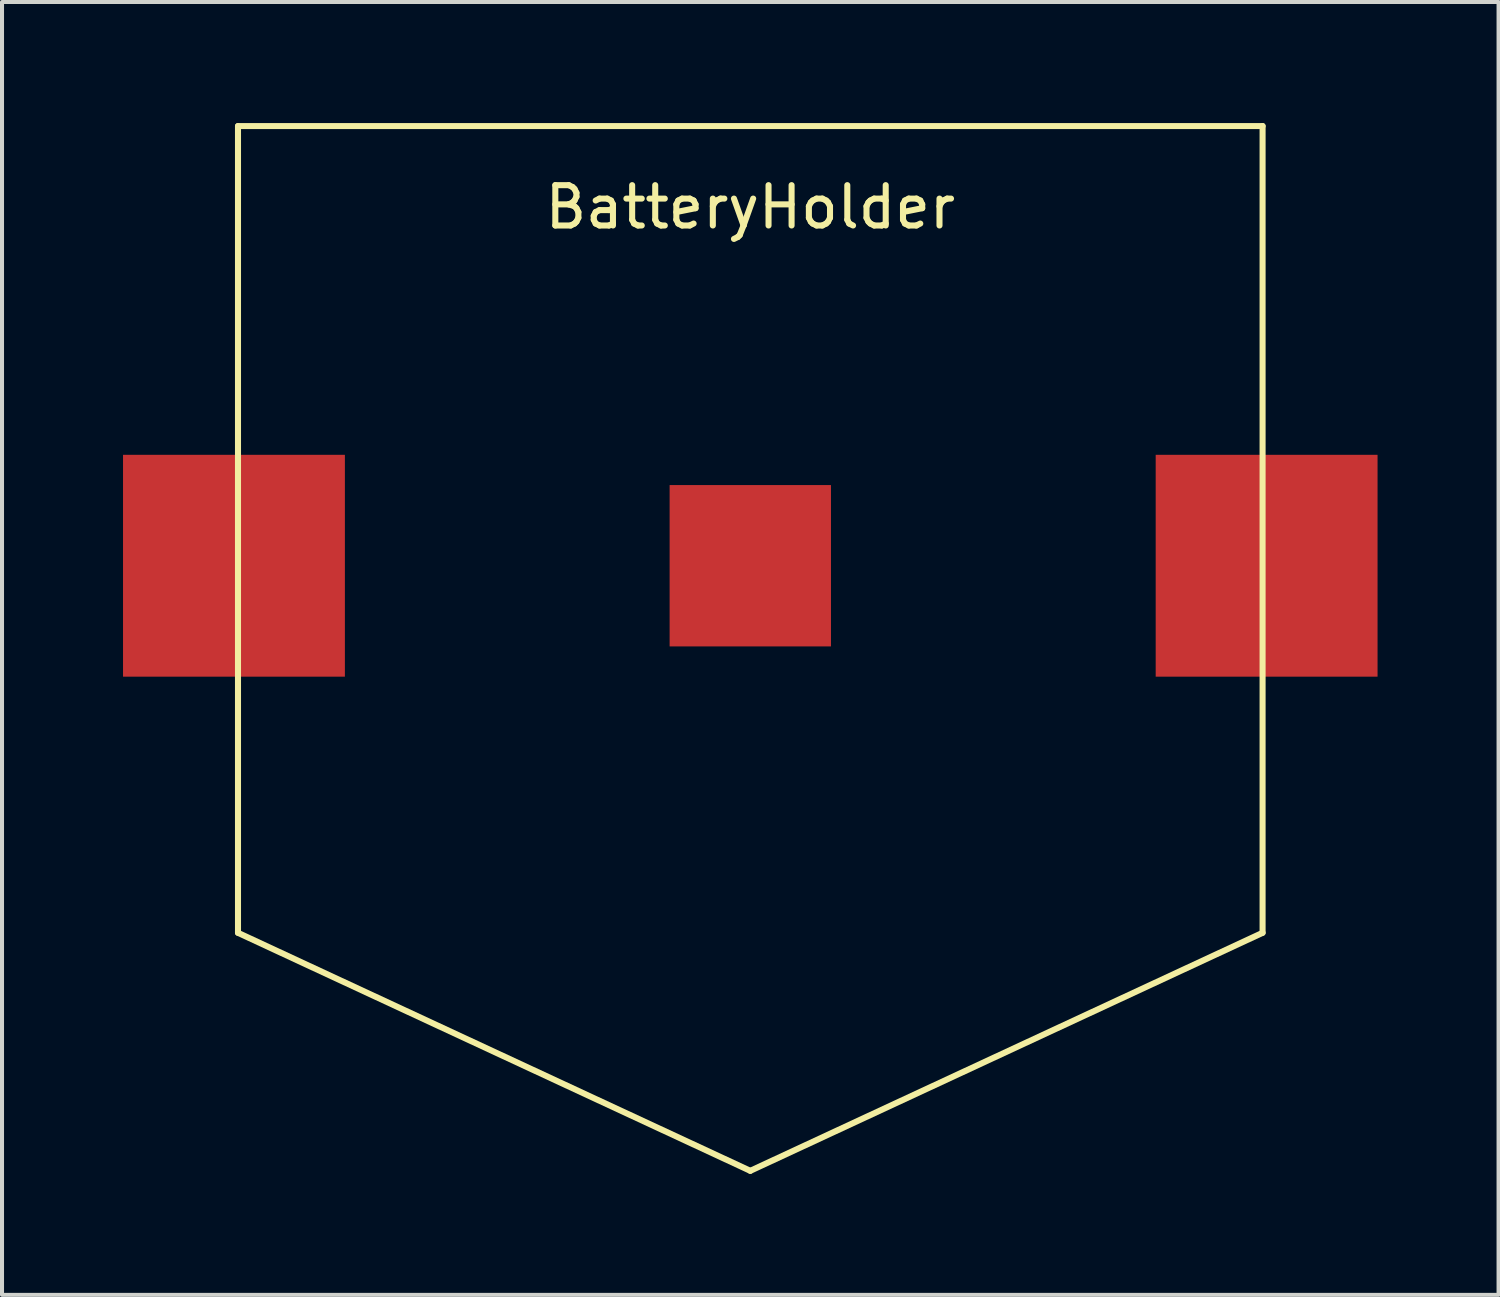
<source format=kicad_pcb>
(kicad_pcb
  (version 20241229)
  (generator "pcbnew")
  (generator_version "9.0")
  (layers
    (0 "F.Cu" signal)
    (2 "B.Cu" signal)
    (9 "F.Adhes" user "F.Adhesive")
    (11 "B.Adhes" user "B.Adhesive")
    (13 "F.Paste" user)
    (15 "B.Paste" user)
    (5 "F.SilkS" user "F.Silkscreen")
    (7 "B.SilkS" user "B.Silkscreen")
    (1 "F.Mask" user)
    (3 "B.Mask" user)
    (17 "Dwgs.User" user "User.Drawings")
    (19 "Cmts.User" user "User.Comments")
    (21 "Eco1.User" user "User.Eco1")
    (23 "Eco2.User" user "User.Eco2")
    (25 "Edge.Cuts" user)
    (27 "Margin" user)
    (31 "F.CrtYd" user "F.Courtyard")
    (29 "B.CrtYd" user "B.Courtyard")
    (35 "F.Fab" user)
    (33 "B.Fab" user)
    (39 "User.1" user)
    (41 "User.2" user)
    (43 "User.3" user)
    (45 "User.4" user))
  (footprint "BatteryHolder"
    (layer "F.Cu")
    (at 15.55 10.975)
    (property "Reference" "BatteryHolder" (at 0 -8.89 0) (layer "F.SilkS") (effects (font (size 1 1) (thickness 0.15))))
    (attr through_hole)
    (fp_line (start -12.7 -10.9) (end 12.7 -10.9) (stroke (width 0.15) (type solid)) (layer "F.SilkS"))
    (fp_line (start -12.7 9.1) (end -12.7 -10.9) (stroke (width 0.15) (type solid)) (layer "F.SilkS"))
    (fp_line (start 0 15) (end -12.7 9.1) (stroke (width 0.15) (type solid)) (layer "F.SilkS"))
    (fp_line (start 12.7 -10.9) (end 12.7 9.1) (stroke (width 0.15) (type solid)) (layer "F.SilkS"))
    (fp_line (start 12.7 9.1) (end 0 15) (stroke (width 0.15) (type solid)) (layer "F.SilkS"))
    (pad "1" smd rect (at -12.8 0) (size 5.5 5.5) (layers "F.Cu" "F.Mask" "F.Paste"))
    (pad "1" smd rect (at 12.8 0) (size 5.5 5.5) (layers "F.Cu" "F.Mask" "F.Paste"))
    (pad "2" smd rect (at 0 0) (size 4 4) (layers "F.Cu" "F.Mask" "F.Paste")))
  (gr_rect
    (start -3 -3)
    (end 34.1 29.05)
    (stroke (width 0.1) (type default))
    (fill no)
    (layer "Edge.Cuts")))
</source>
